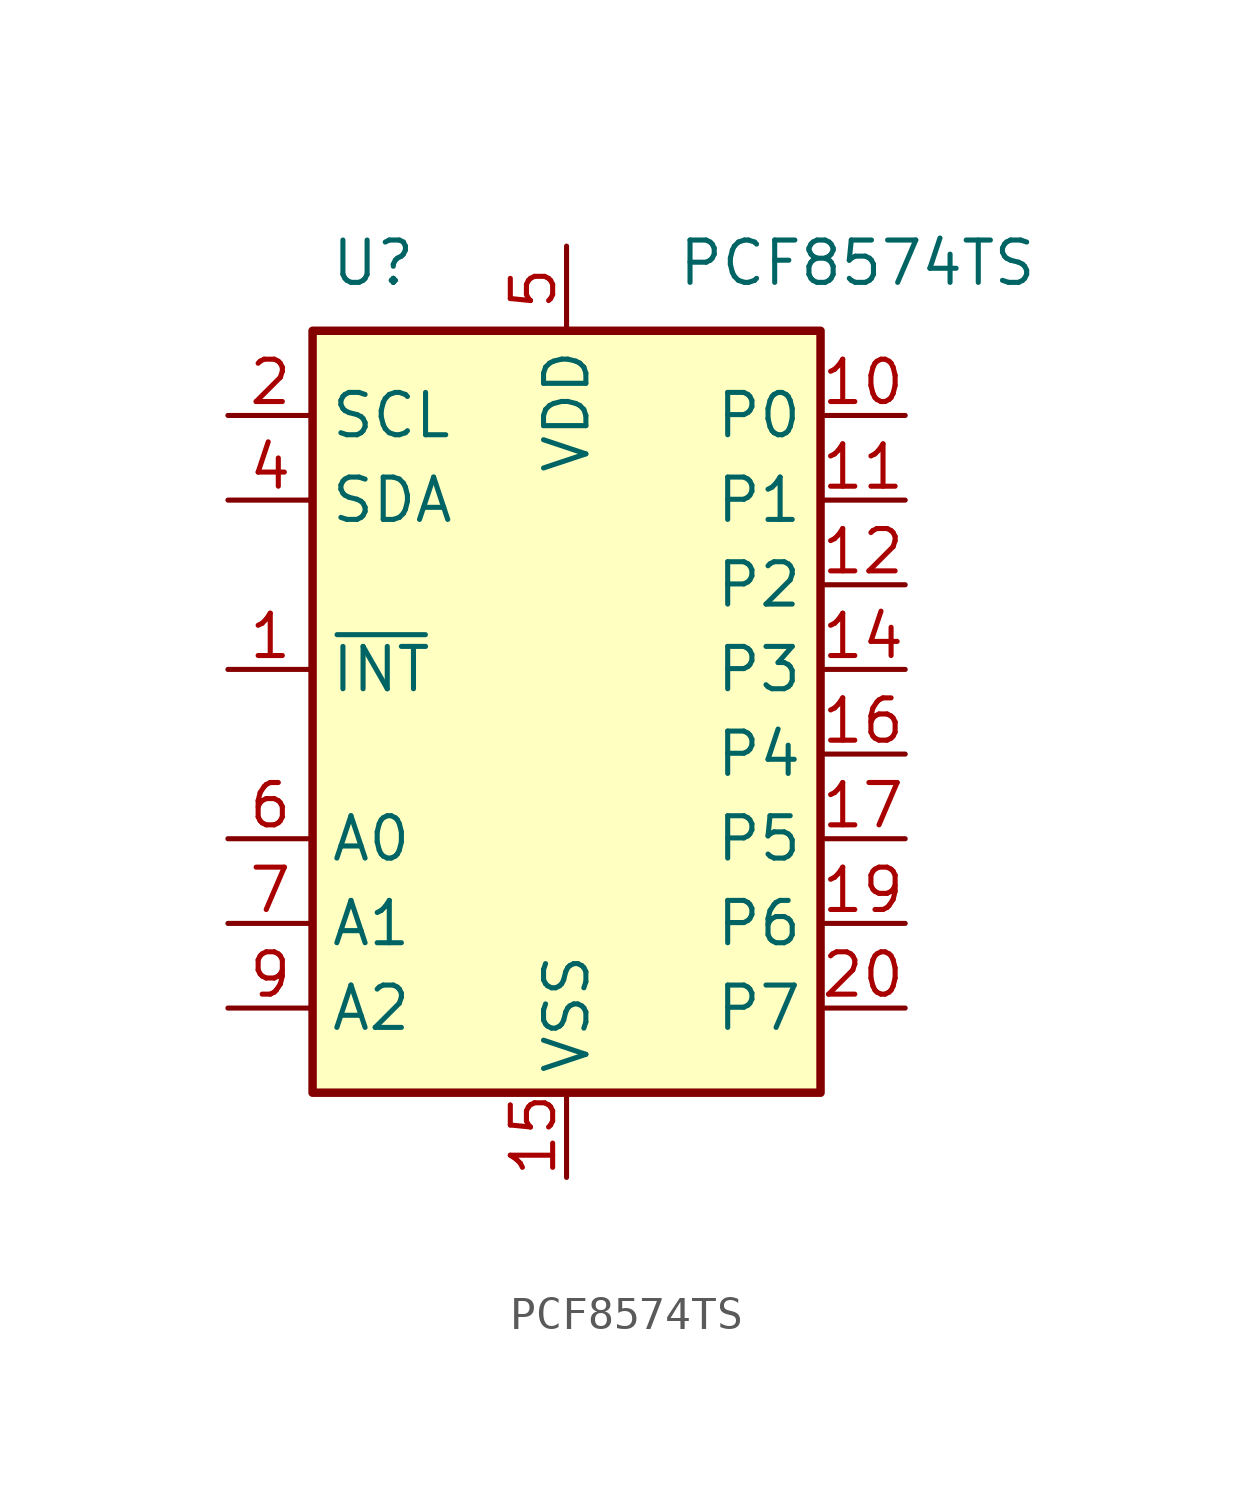
<source format=kicad_sym>
(kicad_symbol_lib
  (version 20241209)
  (generator "kicad_symbol_editor")
  (generator_version "9.0")
  (symbol "PCF8574TS"
    (property "Reference" "U"
      (at -7.112 14.732 0)
      (effects (font (size 1.27 1.27)) (justify left)))
    (property "Value" "PCF8574TS"
      (at 3.302 14.732 0)
      (effects (font (size 1.27 1.27)) (justify left)))
    (symbol "PCF8574TS_0_1"
      (rectangle (start -7.62 12.7) (end 7.62 -10.16) (stroke (width 0.254) (type default)) (fill (type background))))
    (symbol "PCF8574TS_1_1"
      (pin input line (at -10.16 10.16 0) (length 2.54) (name "SCL" (effects (font (size 1.27 1.27)))) (number "2" (effects (font (size 1.27 1.27)))))
      (pin bidirectional line (at -10.16 7.62 0) (length 2.54) (name "SDA" (effects (font (size 1.27 1.27)))) (number "4" (effects (font (size 1.27 1.27)))))
      (pin open_collector line (at -10.16 2.54 0) (length 2.54) (name "~{INT}" (effects (font (size 1.27 1.27)))) (number "1" (effects (font (size 1.27 1.27)))))
      (pin input line (at -10.16 -2.54 0) (length 2.54) (name "A0" (effects (font (size 1.27 1.27)))) (number "6" (effects (font (size 1.27 1.27)))))
      (pin input line (at -10.16 -5.08 0) (length 2.54) (name "A1" (effects (font (size 1.27 1.27)))) (number "7" (effects (font (size 1.27 1.27)))))
      (pin input line (at -10.16 -7.62 0) (length 2.54) (name "A2" (effects (font (size 1.27 1.27)))) (number "9" (effects (font (size 1.27 1.27)))))
      (pin no_connect line (at -7.62 5.08 0) (length 2.54) (hide yes) (name "NC" (effects (font (size 1.27 1.27)))) (number "3" (effects (font (size 1.27 1.27)))))
      (pin no_connect line (at -7.62 0 0) (length 2.54) (hide yes) (name "NC" (effects (font (size 1.27 1.27)))) (number "8" (effects (font (size 1.27 1.27)))))
      (pin no_connect line (at -2.54 -10.16 90) (length 2.54) (hide yes) (name "NC" (effects (font (size 1.27 1.27)))) (number "13" (effects (font (size 1.27 1.27)))))
      (pin power_in line (at 0 15.24 270) (length 2.54) (name "VDD" (effects (font (size 1.27 1.27)))) (number "5" (effects (font (size 1.27 1.27)))))
      (pin power_in line (at 0 -12.7 90) (length 2.54) (name "VSS" (effects (font (size 1.27 1.27)))) (number "15" (effects (font (size 1.27 1.27)))))
      (pin no_connect line (at 2.54 -10.16 90) (length 2.54) (hide yes) (name "NC" (effects (font (size 1.27 1.27)))) (number "18" (effects (font (size 1.27 1.27)))))
      (pin bidirectional line (at 10.16 10.16 180) (length 2.54) (name "P0" (effects (font (size 1.27 1.27)))) (number "10" (effects (font (size 1.27 1.27)))))
      (pin bidirectional line (at 10.16 7.62 180) (length 2.54) (name "P1" (effects (font (size 1.27 1.27)))) (number "11" (effects (font (size 1.27 1.27)))))
      (pin bidirectional line (at 10.16 5.08 180) (length 2.54) (name "P2" (effects (font (size 1.27 1.27)))) (number "12" (effects (font (size 1.27 1.27)))))
      (pin bidirectional line (at 10.16 2.54 180) (length 2.54) (name "P3" (effects (font (size 1.27 1.27)))) (number "14" (effects (font (size 1.27 1.27)))))
      (pin bidirectional line (at 10.16 0 180) (length 2.54) (name "P4" (effects (font (size 1.27 1.27)))) (number "16" (effects (font (size 1.27 1.27)))))
      (pin bidirectional line (at 10.16 -2.54 180) (length 2.54) (name "P5" (effects (font (size 1.27 1.27)))) (number "17" (effects (font (size 1.27 1.27)))))
      (pin bidirectional line (at 10.16 -5.08 180) (length 2.54) (name "P6" (effects (font (size 1.27 1.27)))) (number "19" (effects (font (size 1.27 1.27)))))
      (pin bidirectional line (at 10.16 -7.62 180) (length 2.54) (name "P7" (effects (font (size 1.27 1.27)))) (number "20" (effects (font (size 1.27 1.27))))))))
</source>
